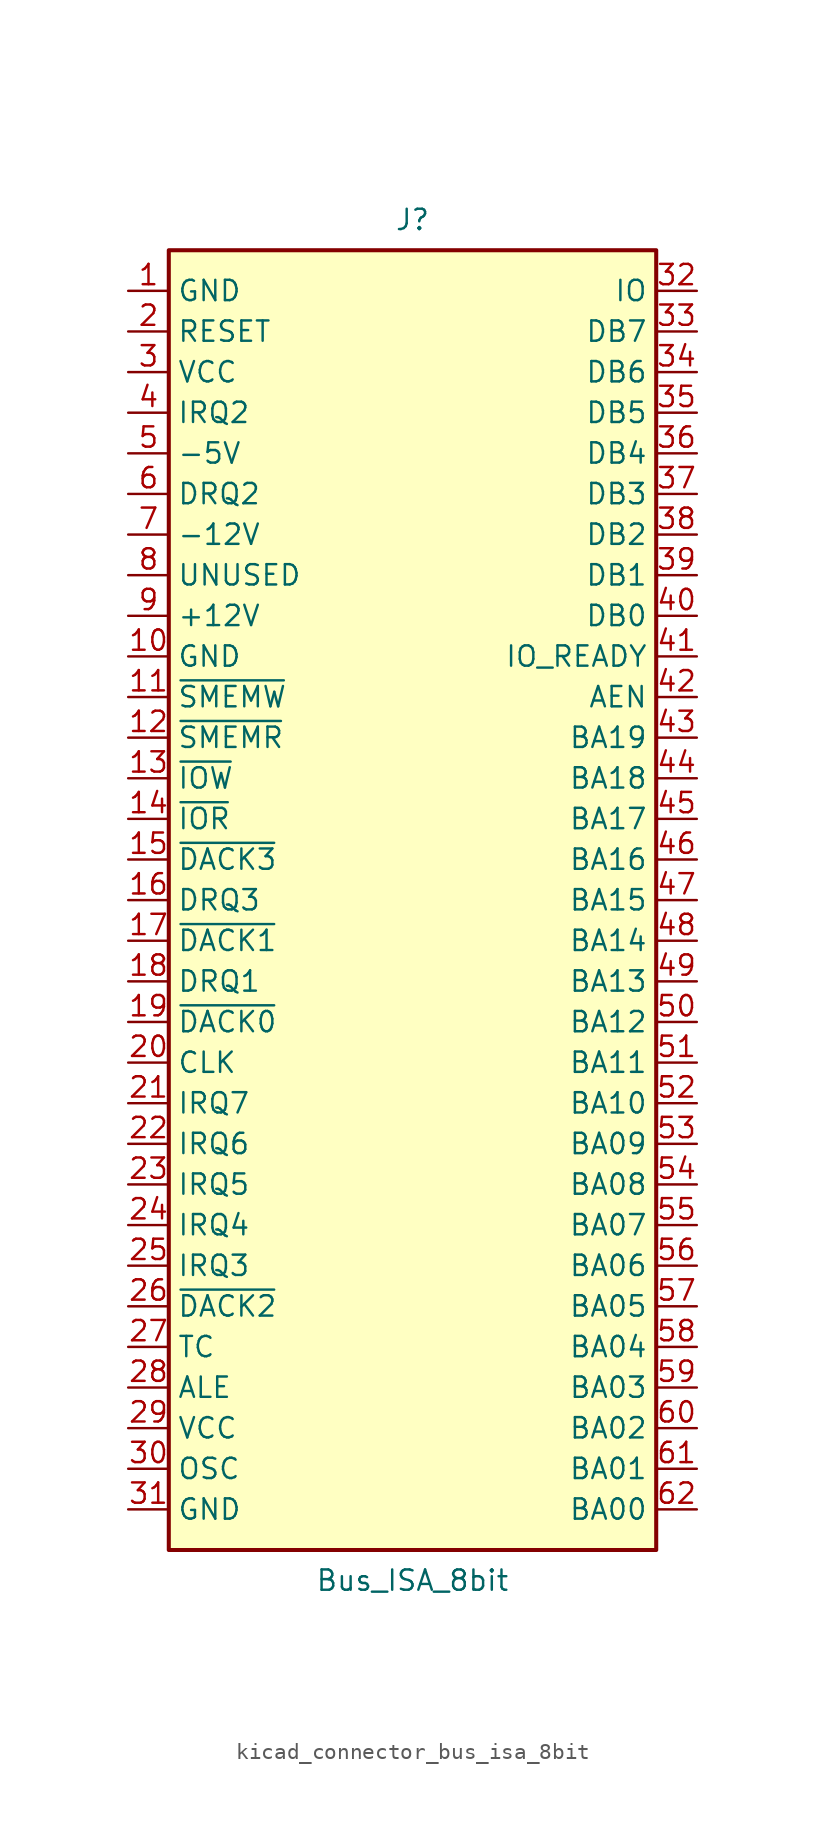
<source format=kicad_sym>
(kicad_symbol_lib
  (version 20220914)
  (generator kicad_symbol_editor)
  (symbol "kicad_connector_bus_isa_8bit"
    (property "Reference" "J"
      (at 0 42.545 0)
      (effects (font (size 1.27 1.27))))
    (property "Value" "Bus_ISA_8bit"
      (at 0 -42.545 0)
      (effects (font (size 1.27 1.27))))
    (symbol "kicad_connector_bus_isa_8bit_0_1"
      (rectangle (start -15.24 -40.64) (end 15.24 40.64) (stroke (width 0.254) (type default)) (fill (type background))))
    (symbol "kicad_connector_bus_isa_8bit_1_1"
      (pin power_in line (at -17.78 38.1 0) (length 2.54) (name "GND" (effects (font (size 1.27 1.27)))) (number "1" (effects (font (size 1.27 1.27)))))
      (pin power_in line (at -17.78 15.24 0) (length 2.54) (name "GND" (effects (font (size 1.27 1.27)))) (number "10" (effects (font (size 1.27 1.27)))))
      (pin output line (at -17.78 12.7 0) (length 2.54) (name "~{SMEMW}" (effects (font (size 1.27 1.27)))) (number "11" (effects (font (size 1.27 1.27)))))
      (pin output line (at -17.78 10.16 0) (length 2.54) (name "~{SMEMR}" (effects (font (size 1.27 1.27)))) (number "12" (effects (font (size 1.27 1.27)))))
      (pin output line (at -17.78 7.62 0) (length 2.54) (name "~{IOW}" (effects (font (size 1.27 1.27)))) (number "13" (effects (font (size 1.27 1.27)))))
      (pin output line (at -17.78 5.08 0) (length 2.54) (name "~{IOR}" (effects (font (size 1.27 1.27)))) (number "14" (effects (font (size 1.27 1.27)))))
      (pin passive line (at -17.78 2.54 0) (length 2.54) (name "~{DACK3}" (effects (font (size 1.27 1.27)))) (number "15" (effects (font (size 1.27 1.27)))))
      (pin passive line (at -17.78 0 0) (length 2.54) (name "DRQ3" (effects (font (size 1.27 1.27)))) (number "16" (effects (font (size 1.27 1.27)))))
      (pin passive line (at -17.78 -2.54 0) (length 2.54) (name "~{DACK1}" (effects (font (size 1.27 1.27)))) (number "17" (effects (font (size 1.27 1.27)))))
      (pin passive line (at -17.78 -5.08 0) (length 2.54) (name "DRQ1" (effects (font (size 1.27 1.27)))) (number "18" (effects (font (size 1.27 1.27)))))
      (pin passive line (at -17.78 -7.62 0) (length 2.54) (name "~{DACK0}" (effects (font (size 1.27 1.27)))) (number "19" (effects (font (size 1.27 1.27)))))
      (pin output line (at -17.78 35.56 0) (length 2.54) (name "RESET" (effects (font (size 1.27 1.27)))) (number "2" (effects (font (size 1.27 1.27)))))
      (pin output line (at -17.78 -10.16 0) (length 2.54) (name "CLK" (effects (font (size 1.27 1.27)))) (number "20" (effects (font (size 1.27 1.27)))))
      (pin passive line (at -17.78 -12.7 0) (length 2.54) (name "IRQ7" (effects (font (size 1.27 1.27)))) (number "21" (effects (font (size 1.27 1.27)))))
      (pin passive line (at -17.78 -15.24 0) (length 2.54) (name "IRQ6" (effects (font (size 1.27 1.27)))) (number "22" (effects (font (size 1.27 1.27)))))
      (pin passive line (at -17.78 -17.78 0) (length 2.54) (name "IRQ5" (effects (font (size 1.27 1.27)))) (number "23" (effects (font (size 1.27 1.27)))))
      (pin passive line (at -17.78 -20.32 0) (length 2.54) (name "IRQ4" (effects (font (size 1.27 1.27)))) (number "24" (effects (font (size 1.27 1.27)))))
      (pin passive line (at -17.78 -22.86 0) (length 2.54) (name "IRQ3" (effects (font (size 1.27 1.27)))) (number "25" (effects (font (size 1.27 1.27)))))
      (pin passive line (at -17.78 -25.4 0) (length 2.54) (name "~{DACK2}" (effects (font (size 1.27 1.27)))) (number "26" (effects (font (size 1.27 1.27)))))
      (pin passive line (at -17.78 -27.94 0) (length 2.54) (name "TC" (effects (font (size 1.27 1.27)))) (number "27" (effects (font (size 1.27 1.27)))))
      (pin output line (at -17.78 -30.48 0) (length 2.54) (name "ALE" (effects (font (size 1.27 1.27)))) (number "28" (effects (font (size 1.27 1.27)))))
      (pin power_in line (at -17.78 -33.02 0) (length 2.54) (name "VCC" (effects (font (size 1.27 1.27)))) (number "29" (effects (font (size 1.27 1.27)))))
      (pin power_in line (at -17.78 33.02 0) (length 2.54) (name "VCC" (effects (font (size 1.27 1.27)))) (number "3" (effects (font (size 1.27 1.27)))))
      (pin output line (at -17.78 -35.56 0) (length 2.54) (name "OSC" (effects (font (size 1.27 1.27)))) (number "30" (effects (font (size 1.27 1.27)))))
      (pin power_in line (at -17.78 -38.1 0) (length 2.54) (name "GND" (effects (font (size 1.27 1.27)))) (number "31" (effects (font (size 1.27 1.27)))))
      (pin passive line (at 17.78 38.1 180) (length 2.54) (name "IO" (effects (font (size 1.27 1.27)))) (number "32" (effects (font (size 1.27 1.27)))))
      (pin tri_state line (at 17.78 35.56 180) (length 2.54) (name "DB7" (effects (font (size 1.27 1.27)))) (number "33" (effects (font (size 1.27 1.27)))))
      (pin tri_state line (at 17.78 33.02 180) (length 2.54) (name "DB6" (effects (font (size 1.27 1.27)))) (number "34" (effects (font (size 1.27 1.27)))))
      (pin tri_state line (at 17.78 30.48 180) (length 2.54) (name "DB5" (effects (font (size 1.27 1.27)))) (number "35" (effects (font (size 1.27 1.27)))))
      (pin tri_state line (at 17.78 27.94 180) (length 2.54) (name "DB4" (effects (font (size 1.27 1.27)))) (number "36" (effects (font (size 1.27 1.27)))))
      (pin tri_state line (at 17.78 25.4 180) (length 2.54) (name "DB3" (effects (font (size 1.27 1.27)))) (number "37" (effects (font (size 1.27 1.27)))))
      (pin tri_state line (at 17.78 22.86 180) (length 2.54) (name "DB2" (effects (font (size 1.27 1.27)))) (number "38" (effects (font (size 1.27 1.27)))))
      (pin tri_state line (at 17.78 20.32 180) (length 2.54) (name "DB1" (effects (font (size 1.27 1.27)))) (number "39" (effects (font (size 1.27 1.27)))))
      (pin passive line (at -17.78 30.48 0) (length 2.54) (name "IRQ2" (effects (font (size 1.27 1.27)))) (number "4" (effects (font (size 1.27 1.27)))))
      (pin tri_state line (at 17.78 17.78 180) (length 2.54) (name "DB0" (effects (font (size 1.27 1.27)))) (number "40" (effects (font (size 1.27 1.27)))))
      (pin passive line (at 17.78 15.24 180) (length 2.54) (name "IO_READY" (effects (font (size 1.27 1.27)))) (number "41" (effects (font (size 1.27 1.27)))))
      (pin output line (at 17.78 12.7 180) (length 2.54) (name "AEN" (effects (font (size 1.27 1.27)))) (number "42" (effects (font (size 1.27 1.27)))))
      (pin tri_state line (at 17.78 10.16 180) (length 2.54) (name "BA19" (effects (font (size 1.27 1.27)))) (number "43" (effects (font (size 1.27 1.27)))))
      (pin tri_state line (at 17.78 7.62 180) (length 2.54) (name "BA18" (effects (font (size 1.27 1.27)))) (number "44" (effects (font (size 1.27 1.27)))))
      (pin tri_state line (at 17.78 5.08 180) (length 2.54) (name "BA17" (effects (font (size 1.27 1.27)))) (number "45" (effects (font (size 1.27 1.27)))))
      (pin tri_state line (at 17.78 2.54 180) (length 2.54) (name "BA16" (effects (font (size 1.27 1.27)))) (number "46" (effects (font (size 1.27 1.27)))))
      (pin tri_state line (at 17.78 0 180) (length 2.54) (name "BA15" (effects (font (size 1.27 1.27)))) (number "47" (effects (font (size 1.27 1.27)))))
      (pin tri_state line (at 17.78 -2.54 180) (length 2.54) (name "BA14" (effects (font (size 1.27 1.27)))) (number "48" (effects (font (size 1.27 1.27)))))
      (pin tri_state line (at 17.78 -5.08 180) (length 2.54) (name "BA13" (effects (font (size 1.27 1.27)))) (number "49" (effects (font (size 1.27 1.27)))))
      (pin power_in line (at -17.78 27.94 0) (length 2.54) (name "-5V" (effects (font (size 1.27 1.27)))) (number "5" (effects (font (size 1.27 1.27)))))
      (pin tri_state line (at 17.78 -7.62 180) (length 2.54) (name "BA12" (effects (font (size 1.27 1.27)))) (number "50" (effects (font (size 1.27 1.27)))))
      (pin tri_state line (at 17.78 -10.16 180) (length 2.54) (name "BA11" (effects (font (size 1.27 1.27)))) (number "51" (effects (font (size 1.27 1.27)))))
      (pin tri_state line (at 17.78 -12.7 180) (length 2.54) (name "BA10" (effects (font (size 1.27 1.27)))) (number "52" (effects (font (size 1.27 1.27)))))
      (pin tri_state line (at 17.78 -15.24 180) (length 2.54) (name "BA09" (effects (font (size 1.27 1.27)))) (number "53" (effects (font (size 1.27 1.27)))))
      (pin tri_state line (at 17.78 -17.78 180) (length 2.54) (name "BA08" (effects (font (size 1.27 1.27)))) (number "54" (effects (font (size 1.27 1.27)))))
      (pin tri_state line (at 17.78 -20.32 180) (length 2.54) (name "BA07" (effects (font (size 1.27 1.27)))) (number "55" (effects (font (size 1.27 1.27)))))
      (pin tri_state line (at 17.78 -22.86 180) (length 2.54) (name "BA06" (effects (font (size 1.27 1.27)))) (number "56" (effects (font (size 1.27 1.27)))))
      (pin tri_state line (at 17.78 -25.4 180) (length 2.54) (name "BA05" (effects (font (size 1.27 1.27)))) (number "57" (effects (font (size 1.27 1.27)))))
      (pin tri_state line (at 17.78 -27.94 180) (length 2.54) (name "BA04" (effects (font (size 1.27 1.27)))) (number "58" (effects (font (size 1.27 1.27)))))
      (pin tri_state line (at 17.78 -30.48 180) (length 2.54) (name "BA03" (effects (font (size 1.27 1.27)))) (number "59" (effects (font (size 1.27 1.27)))))
      (pin passive line (at -17.78 25.4 0) (length 2.54) (name "DRQ2" (effects (font (size 1.27 1.27)))) (number "6" (effects (font (size 1.27 1.27)))))
      (pin tri_state line (at 17.78 -33.02 180) (length 2.54) (name "BA02" (effects (font (size 1.27 1.27)))) (number "60" (effects (font (size 1.27 1.27)))))
      (pin tri_state line (at 17.78 -35.56 180) (length 2.54) (name "BA01" (effects (font (size 1.27 1.27)))) (number "61" (effects (font (size 1.27 1.27)))))
      (pin tri_state line (at 17.78 -38.1 180) (length 2.54) (name "BA00" (effects (font (size 1.27 1.27)))) (number "62" (effects (font (size 1.27 1.27)))))
      (pin power_in line (at -17.78 22.86 0) (length 2.54) (name "-12V" (effects (font (size 1.27 1.27)))) (number "7" (effects (font (size 1.27 1.27)))))
      (pin passive line (at -17.78 20.32 0) (length 2.54) (name "UNUSED" (effects (font (size 1.27 1.27)))) (number "8" (effects (font (size 1.27 1.27)))))
      (pin power_in line (at -17.78 17.78 0) (length 2.54) (name "+12V" (effects (font (size 1.27 1.27)))) (number "9" (effects (font (size 1.27 1.27))))))))
</source>
